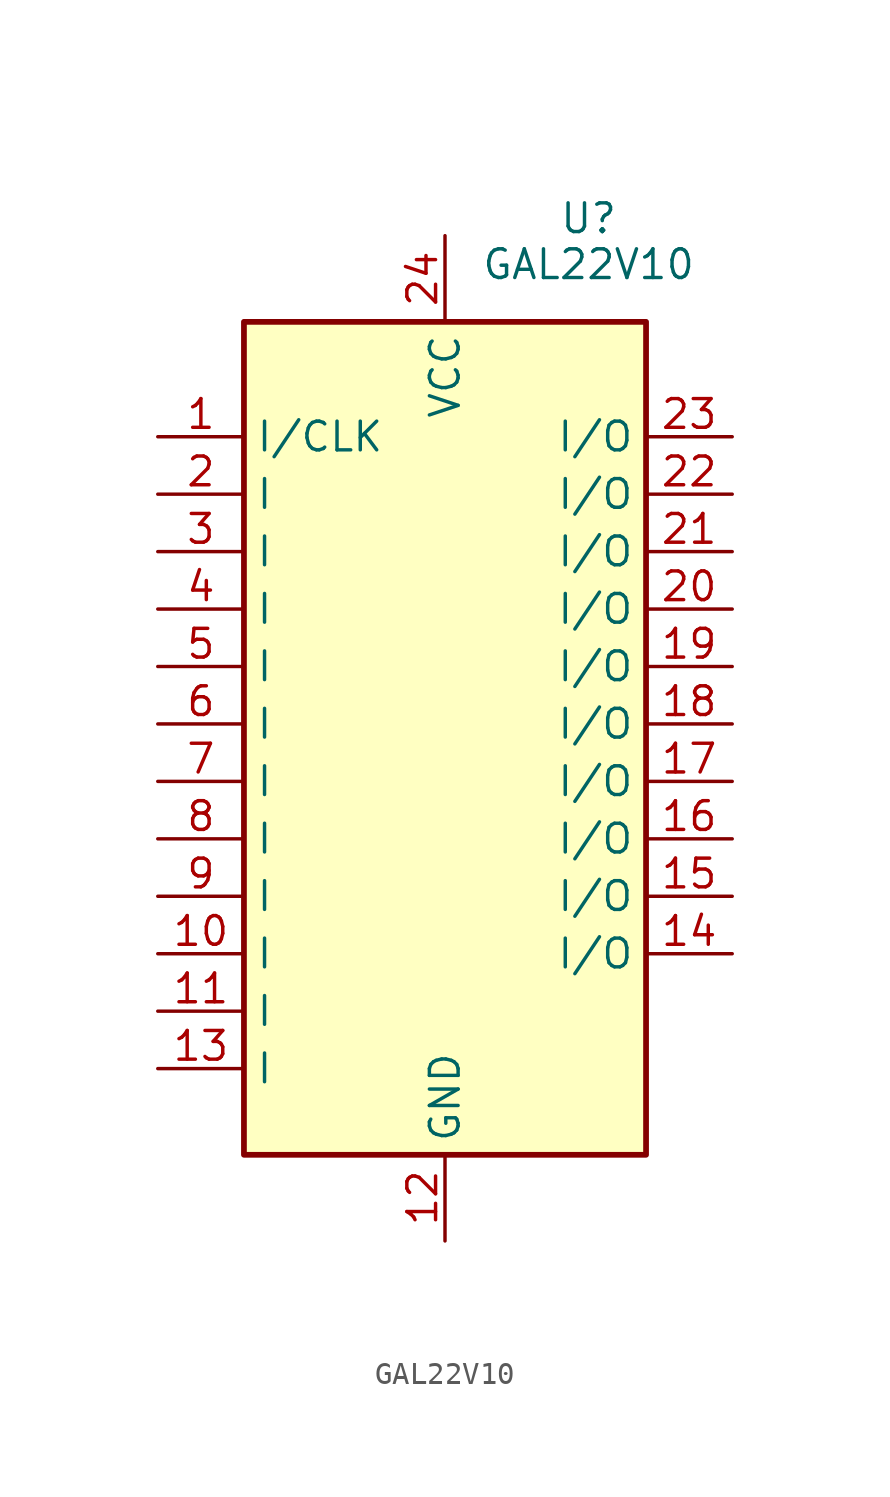
<source format=kicad_sym>
(kicad_symbol_lib
  (version 20241209)
  (generator "kicad_symbol_editor")
  (generator_version "9.0")
  (symbol "GAL22V10"
    (property "Reference" "U"
      (at 6.35 22.352 0)
      (effects (font (size 1.27 1.27))))
    (property "Value" "GAL22V10"
      (at 6.35 20.32 0)
      (effects (font (size 1.27 1.27))))
    (symbol "GAL22V10_1_1"
      (rectangle (start -8.89 17.78) (end 8.89 -19.05) (stroke (width 0.254) (type default)) (fill (type background)))
      (pin input line (at -12.7 12.7 0) (length 3.81) (name "I/CLK" (effects (font (size 1.27 1.27)))) (number "1" (effects (font (size 1.27 1.27)))))
      (pin input line (at -12.7 10.16 0) (length 3.81) (name "I" (effects (font (size 1.27 1.27)))) (number "2" (effects (font (size 1.27 1.27)))))
      (pin input line (at -12.7 7.62 0) (length 3.81) (name "I" (effects (font (size 1.27 1.27)))) (number "3" (effects (font (size 1.27 1.27)))))
      (pin input line (at -12.7 5.08 0) (length 3.81) (name "I" (effects (font (size 1.27 1.27)))) (number "4" (effects (font (size 1.27 1.27)))))
      (pin input line (at -12.7 2.54 0) (length 3.81) (name "I" (effects (font (size 1.27 1.27)))) (number "5" (effects (font (size 1.27 1.27)))))
      (pin input line (at -12.7 0 0) (length 3.81) (name "I" (effects (font (size 1.27 1.27)))) (number "6" (effects (font (size 1.27 1.27)))))
      (pin input line (at -12.7 -2.54 0) (length 3.81) (name "I" (effects (font (size 1.27 1.27)))) (number "7" (effects (font (size 1.27 1.27)))))
      (pin input line (at -12.7 -5.08 0) (length 3.81) (name "I" (effects (font (size 1.27 1.27)))) (number "8" (effects (font (size 1.27 1.27)))))
      (pin input line (at -12.7 -7.62 0) (length 3.81) (name "I" (effects (font (size 1.27 1.27)))) (number "9" (effects (font (size 1.27 1.27)))))
      (pin input line (at -12.7 -10.16 0) (length 3.81) (name "I" (effects (font (size 1.27 1.27)))) (number "10" (effects (font (size 1.27 1.27)))))
      (pin input line (at -12.7 -12.7 0) (length 3.81) (name "I" (effects (font (size 1.27 1.27)))) (number "11" (effects (font (size 1.27 1.27)))))
      (pin input line (at -12.7 -15.24 0) (length 3.81) (name "I" (effects (font (size 1.27 1.27)))) (number "13" (effects (font (size 1.27 1.27)))))
      (pin power_in line (at 0 21.59 270) (length 3.81) (name "VCC" (effects (font (size 1.27 1.27)))) (number "24" (effects (font (size 1.27 1.27)))))
      (pin power_in line (at 0 -22.86 90) (length 3.81) (name "GND" (effects (font (size 1.27 1.27)))) (number "12" (effects (font (size 1.27 1.27)))))
      (pin bidirectional line (at 12.7 12.7 180) (length 3.81) (name "I/O" (effects (font (size 1.27 1.27)))) (number "23" (effects (font (size 1.27 1.27)))))
      (pin bidirectional line (at 12.7 10.16 180) (length 3.81) (name "I/O" (effects (font (size 1.27 1.27)))) (number "22" (effects (font (size 1.27 1.27)))))
      (pin bidirectional line (at 12.7 7.62 180) (length 3.81) (name "I/O" (effects (font (size 1.27 1.27)))) (number "21" (effects (font (size 1.27 1.27)))))
      (pin bidirectional line (at 12.7 5.08 180) (length 3.81) (name "I/O" (effects (font (size 1.27 1.27)))) (number "20" (effects (font (size 1.27 1.27)))))
      (pin bidirectional line (at 12.7 2.54 180) (length 3.81) (name "I/O" (effects (font (size 1.27 1.27)))) (number "19" (effects (font (size 1.27 1.27)))))
      (pin bidirectional line (at 12.7 0 180) (length 3.81) (name "I/O" (effects (font (size 1.27 1.27)))) (number "18" (effects (font (size 1.27 1.27)))))
      (pin bidirectional line (at 12.7 -2.54 180) (length 3.81) (name "I/O" (effects (font (size 1.27 1.27)))) (number "17" (effects (font (size 1.27 1.27)))))
      (pin bidirectional line (at 12.7 -5.08 180) (length 3.81) (name "I/O" (effects (font (size 1.27 1.27)))) (number "16" (effects (font (size 1.27 1.27)))))
      (pin bidirectional line (at 12.7 -7.62 180) (length 3.81) (name "I/O" (effects (font (size 1.27 1.27)))) (number "15" (effects (font (size 1.27 1.27)))))
      (pin bidirectional line (at 12.7 -10.16 180) (length 3.81) (name "I/O" (effects (font (size 1.27 1.27)))) (number "14" (effects (font (size 1.27 1.27))))))))
</source>
